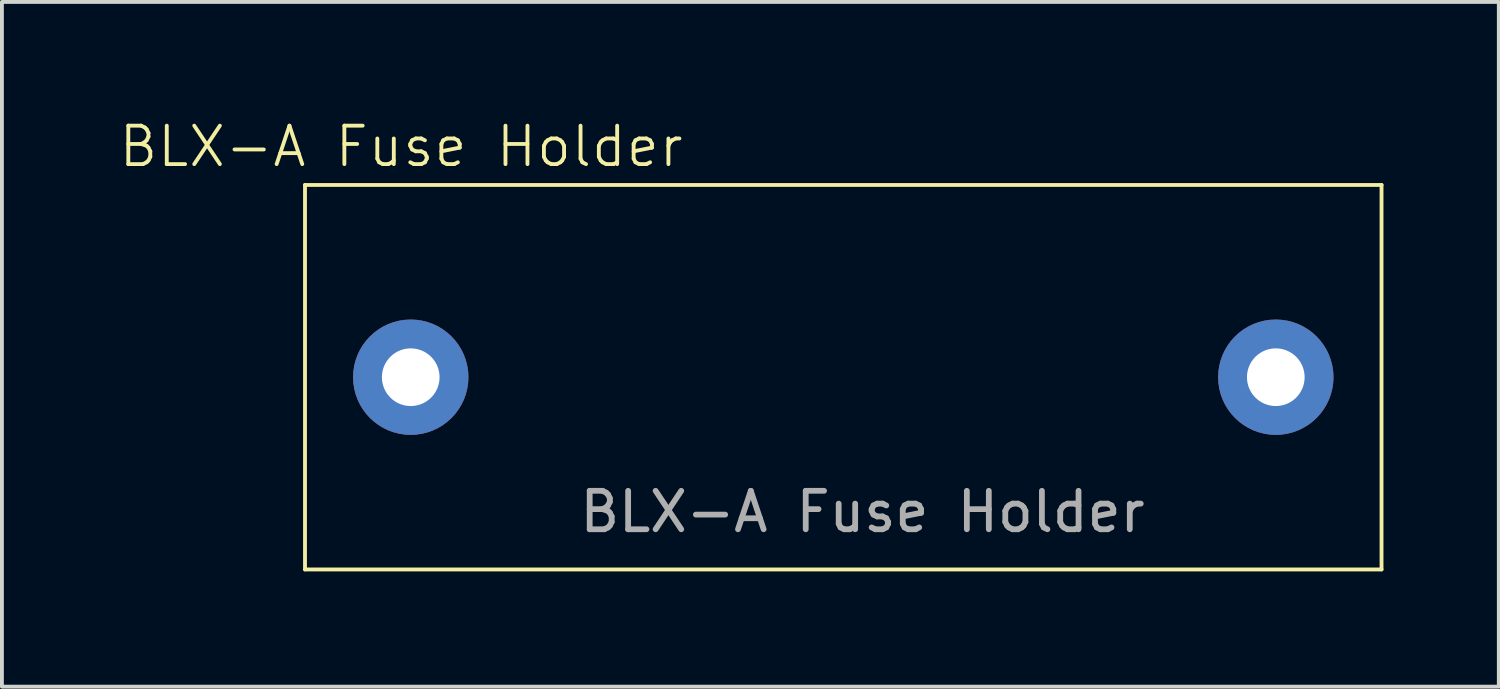
<source format=kicad_pcb>
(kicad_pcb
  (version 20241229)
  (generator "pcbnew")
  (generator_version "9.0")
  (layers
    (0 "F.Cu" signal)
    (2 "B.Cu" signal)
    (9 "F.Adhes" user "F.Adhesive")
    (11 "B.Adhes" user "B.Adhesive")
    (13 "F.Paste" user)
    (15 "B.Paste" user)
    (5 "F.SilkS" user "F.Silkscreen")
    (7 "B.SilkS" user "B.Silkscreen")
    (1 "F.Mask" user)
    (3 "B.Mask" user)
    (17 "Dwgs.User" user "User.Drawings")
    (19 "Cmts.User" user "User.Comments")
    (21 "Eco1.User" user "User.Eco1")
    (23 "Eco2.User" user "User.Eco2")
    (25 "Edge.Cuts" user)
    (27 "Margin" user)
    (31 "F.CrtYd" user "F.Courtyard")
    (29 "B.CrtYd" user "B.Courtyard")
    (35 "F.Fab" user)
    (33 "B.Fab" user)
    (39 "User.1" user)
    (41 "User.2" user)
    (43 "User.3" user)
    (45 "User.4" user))
  (footprint "BLX-A Fuse Holder"
    (layer "F.Cu")
    (at 18.883 6.761)
    (property "Reference" "BLX-A Fuse Holder" (at -11.5 -6 0) (unlocked yes) (layer "F.SilkS") (effects (font (size 1 1) (thickness 0.1))))
    (attr through_hole)
    (fp_line (start -14 -5) (end 14 -5) (stroke (width 0.1) (type default)) (layer "F.SilkS"))
    (fp_line (start -14 5) (end -14 -5) (stroke (width 0.1) (type default)) (layer "F.SilkS"))
    (fp_line (start 14 -5) (end 14 5) (stroke (width 0.1) (type default)) (layer "F.SilkS"))
    (fp_line (start 14 5) (end -14 5) (stroke (width 0.1) (type default)) (layer "F.SilkS"))
    (fp_text user "${REFERENCE}" (at 0.5 3.5 0) (unlocked yes) (layer "F.Fab") (effects (font (size 1 1) (thickness 0.15))))
    (pad "1" thru_hole circle (at -11.25 0) (size 3 3) (drill 1.5) (layers "*.Cu" "*.Mask"))
    (pad "2" thru_hole circle (at 11.25 0) (size 3 3) (drill 1.5) (layers "*.Cu" "*.Mask")))
  (gr_rect
    (start -3 -3)
    (end 35.933 14.81)
    (stroke (width 0.1) (type default))
    (fill no)
    (layer "Edge.Cuts")))
</source>
